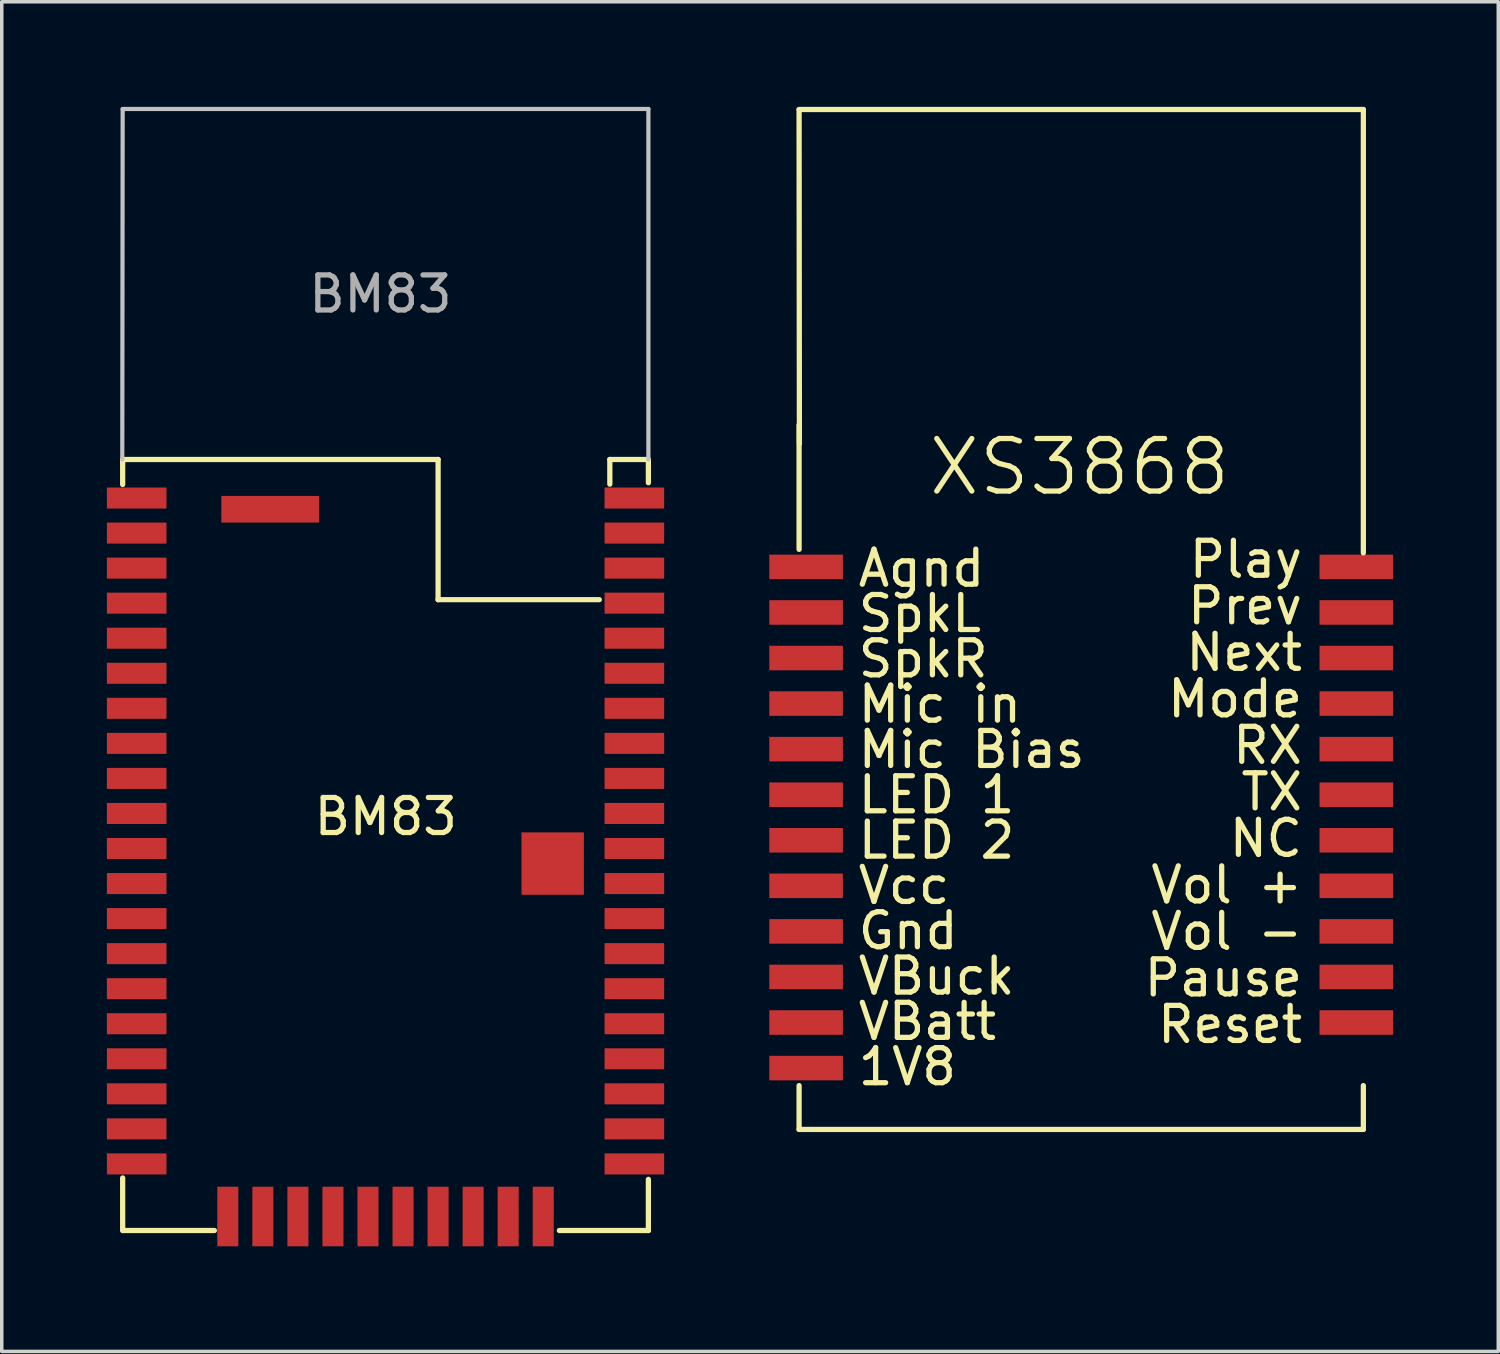
<source format=kicad_pcb>
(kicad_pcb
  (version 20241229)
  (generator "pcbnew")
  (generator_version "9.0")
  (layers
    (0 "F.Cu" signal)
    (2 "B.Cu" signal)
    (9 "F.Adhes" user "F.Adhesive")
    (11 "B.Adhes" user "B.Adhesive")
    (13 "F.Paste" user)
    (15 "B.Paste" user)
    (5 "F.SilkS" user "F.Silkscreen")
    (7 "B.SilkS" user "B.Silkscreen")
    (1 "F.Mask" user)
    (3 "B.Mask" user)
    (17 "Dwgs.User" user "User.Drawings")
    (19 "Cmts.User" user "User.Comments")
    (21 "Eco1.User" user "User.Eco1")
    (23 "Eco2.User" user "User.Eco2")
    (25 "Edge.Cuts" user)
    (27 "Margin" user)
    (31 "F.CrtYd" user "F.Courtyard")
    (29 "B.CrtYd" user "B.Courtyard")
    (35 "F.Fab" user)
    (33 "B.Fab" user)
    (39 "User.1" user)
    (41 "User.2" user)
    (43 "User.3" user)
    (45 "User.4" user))
  (footprint "BM83"
    (layer "F.Cu")
    (at 15.45 32.06)
    (property "Reference" "BM83" (at -7.493 -11.811 0) (unlocked yes) (layer "F.SilkS") (effects (font (size 1 1) (thickness 0.15))))
    (attr smd)
    (fp_line (start -15 -21.996) (end -15 -21.285) (stroke (width 0.15) (type solid)) (layer "F.SilkS"))
    (fp_line (start -15 -1.5) (end -15 0) (stroke (width 0.15) (type solid)) (layer "F.SilkS"))
    (fp_line (start -14.986 0) (end -12.383 0) (stroke (width 0.15) (type solid)) (layer "F.SilkS"))
    (fp_line (start -6 -22) (end -15 -22) (stroke (width 0.15) (type solid)) (layer "F.SilkS"))
    (fp_line (start -6 -22) (end -6 -18) (stroke (width 0.15) (type solid)) (layer "F.SilkS"))
    (fp_line (start -2.54 0) (end 0 0) (stroke (width 0.15) (type solid)) (layer "F.SilkS"))
    (fp_line (start -1.4 -18) (end -6 -18) (stroke (width 0.15) (type solid)) (layer "F.SilkS"))
    (fp_line (start -1.1 -22) (end -1.1 -21.296) (stroke (width 0.15) (type solid)) (layer "F.SilkS"))
    (fp_line (start 0 -22) (end -1.1 -22) (stroke (width 0.15) (type solid)) (layer "F.SilkS"))
    (fp_line (start 0 -21.971) (end 0 -21.336) (stroke (width 0.15) (type solid)) (layer "F.SilkS"))
    (fp_line (start 0 0) (end 0 -1.46) (stroke (width 0.15) (type solid)) (layer "F.SilkS"))
    (fp_line (start -15.011 -22) (end -15 -32) (stroke (width 0.12) (type solid)) (layer "Dwgs.User"))
    (fp_line (start 0 -32) (end -15 -32) (stroke (width 0.12) (type solid)) (layer "Dwgs.User"))
    (fp_line (start 0 -22) (end 0 -32) (stroke (width 0.12) (type solid)) (layer "Dwgs.User"))
    (fp_text user "${REFERENCE}" (at -7.645 -26.721 0) (unlocked yes) (layer "F.Fab") (effects (font (size 1 1) (thickness 0.15))))
    (pad "1" smd rect (at -14.6 -20.9 180) (size 1.7 0.6) (layers "F.Cu" "F.Mask" "F.Paste"))
    (pad "2" smd rect (at -14.6 -19.9 180) (size 1.7 0.6) (layers "F.Cu" "F.Mask" "F.Paste"))
    (pad "3" smd rect (at -14.6 -18.9 180) (size 1.7 0.6) (layers "F.Cu" "F.Mask" "F.Paste"))
    (pad "4" smd rect (at -14.6 -17.9 180) (size 1.7 0.6) (layers "F.Cu" "F.Mask" "F.Paste"))
    (pad "5" smd rect (at -14.6 -16.9 180) (size 1.7 0.6) (layers "F.Cu" "F.Mask" "F.Paste"))
    (pad "6" smd rect (at -14.6 -15.9 180) (size 1.7 0.6) (layers "F.Cu" "F.Mask" "F.Paste"))
    (pad "7" smd rect (at -14.6 -14.9 180) (size 1.7 0.6) (layers "F.Cu" "F.Mask" "F.Paste"))
    (pad "8" smd rect (at -14.6 -13.9 180) (size 1.7 0.6) (layers "F.Cu" "F.Mask" "F.Paste"))
    (pad "9" smd rect (at -14.6 -12.9 180) (size 1.7 0.6) (layers "F.Cu" "F.Mask" "F.Paste"))
    (pad "10" smd rect (at -14.6 -11.9 180) (size 1.7 0.6) (layers "F.Cu" "F.Mask" "F.Paste"))
    (pad "11" smd rect (at -14.6 -10.9 180) (size 1.7 0.6) (layers "F.Cu" "F.Mask" "F.Paste"))
    (pad "12" smd rect (at -14.6 -9.9 180) (size 1.7 0.6) (layers "F.Cu" "F.Mask" "F.Paste"))
    (pad "13" smd rect (at -14.6 -8.9 180) (size 1.7 0.6) (layers "F.Cu" "F.Mask" "F.Paste"))
    (pad "14" smd rect (at -14.6 -7.9 180) (size 1.7 0.6) (layers "F.Cu" "F.Mask" "F.Paste"))
    (pad "15" smd rect (at -14.6 -6.9 180) (size 1.7 0.6) (layers "F.Cu" "F.Mask" "F.Paste"))
    (pad "16" smd rect (at -14.6 -5.9 180) (size 1.7 0.6) (layers "F.Cu" "F.Mask" "F.Paste"))
    (pad "17" smd rect (at -14.6 -4.9 180) (size 1.7 0.6) (layers "F.Cu" "F.Mask" "F.Paste"))
    (pad "18" smd rect (at -14.6 -3.9 180) (size 1.7 0.6) (layers "F.Cu" "F.Mask" "F.Paste"))
    (pad "19" smd rect (at -14.6 -2.9 180) (size 1.7 0.6) (layers "F.Cu" "F.Mask" "F.Paste"))
    (pad "20" smd rect (at -14.6 -1.9 180) (size 1.7 0.6) (layers "F.Cu" "F.Mask" "F.Paste"))
    (pad "21" smd rect (at -12 -0.4 270) (size 1.7 0.6) (layers "F.Cu" "F.Mask" "F.Paste"))
    (pad "22" smd rect (at -11 -0.4 270) (size 1.7 0.6) (layers "F.Cu" "F.Mask" "F.Paste"))
    (pad "23" smd rect (at -10 -0.4 270) (size 1.7 0.6) (layers "F.Cu" "F.Mask" "F.Paste"))
    (pad "24" smd rect (at -9 -0.4 270) (size 1.7 0.6) (layers "F.Cu" "F.Mask" "F.Paste"))
    (pad "25" smd rect (at -8 -0.4 270) (size 1.7 0.6) (layers "F.Cu" "F.Mask" "F.Paste"))
    (pad "26" smd rect (at -7 -0.4 90) (size 1.7 0.6) (layers "F.Cu" "F.Mask" "F.Paste"))
    (pad "27" smd rect (at -6 -0.4 90) (size 1.7 0.6) (layers "F.Cu" "F.Mask" "F.Paste"))
    (pad "28" smd rect (at -5 -0.4 90) (size 1.7 0.6) (layers "F.Cu" "F.Mask" "F.Paste"))
    (pad "29" smd rect (at -4 -0.4 90) (size 1.7 0.6) (layers "F.Cu" "F.Mask" "F.Paste"))
    (pad "30" smd rect (at -3 -0.4 90) (size 1.7 0.6) (layers "F.Cu" "F.Mask" "F.Paste"))
    (pad "31" smd rect (at -0.4 -1.9 180) (size 1.7 0.6) (layers "F.Cu" "F.Mask" "F.Paste"))
    (pad "32" smd rect (at -0.4 -2.9 180) (size 1.7 0.6) (layers "F.Cu" "F.Mask" "F.Paste"))
    (pad "33" smd rect (at -0.4 -3.9 180) (size 1.7 0.6) (layers "F.Cu" "F.Mask" "F.Paste"))
    (pad "34" smd rect (at -0.4 -4.9 180) (size 1.7 0.6) (layers "F.Cu" "F.Mask" "F.Paste"))
    (pad "35" smd rect (at -0.4 -5.9 180) (size 1.7 0.6) (layers "F.Cu" "F.Mask" "F.Paste"))
    (pad "36" smd rect (at -0.4 -6.9 180) (size 1.7 0.6) (layers "F.Cu" "F.Mask" "F.Paste"))
    (pad "37" smd rect (at -0.4 -7.9 180) (size 1.7 0.6) (layers "F.Cu" "F.Mask" "F.Paste"))
    (pad "38" smd rect (at -0.4 -8.9 180) (size 1.7 0.6) (layers "F.Cu" "F.Mask" "F.Paste"))
    (pad "39" smd rect (at -0.4 -9.9 180) (size 1.7 0.6) (layers "F.Cu" "F.Mask" "F.Paste"))
    (pad "40" smd rect (at -0.4 -10.9 180) (size 1.7 0.6) (layers "F.Cu" "F.Mask" "F.Paste"))
    (pad "41" smd rect (at -0.4 -11.9 180) (size 1.7 0.6) (layers "F.Cu" "F.Mask" "F.Paste"))
    (pad "42" smd rect (at -0.4 -12.9 180) (size 1.7 0.6) (layers "F.Cu" "F.Mask" "F.Paste"))
    (pad "43" smd rect (at -0.4 -13.9 180) (size 1.7 0.6) (layers "F.Cu" "F.Mask" "F.Paste"))
    (pad "44" smd rect (at -0.4 -14.9 180) (size 1.7 0.6) (layers "F.Cu" "F.Mask" "F.Paste"))
    (pad "45" smd rect (at -0.4 -15.9 180) (size 1.7 0.6) (layers "F.Cu" "F.Mask" "F.Paste"))
    (pad "46" smd rect (at -0.4 -16.9 180) (size 1.7 0.6) (layers "F.Cu" "F.Mask" "F.Paste"))
    (pad "47" smd rect (at -0.4 -17.9 180) (size 1.7 0.6) (layers "F.Cu" "F.Mask" "F.Paste"))
    (pad "48" smd rect (at -0.4 -18.9 180) (size 1.7 0.6) (layers "F.Cu" "F.Mask" "F.Paste"))
    (pad "49" smd rect (at -0.4 -19.9 180) (size 1.7 0.6) (layers "F.Cu" "F.Mask" "F.Paste"))
    (pad "50" smd rect (at -0.4 -20.9 180) (size 1.7 0.6) (layers "F.Cu" "F.Mask" "F.Paste"))
    (pad "56" smd rect (at -2.73 -10.47 180) (size 1.78 1.78) (layers "F.Cu" "F.Mask" "F.Paste"))
    (pad "57" smd rect (at -10.79 -20.58 180) (size 2.79 0.76) (layers "F.Cu" "F.Mask" "F.Paste"))
    (zone (net_name "") (layer "F.Cu") (hatch edge 0.508) (connect_pads) (min_thickness 0.254) (filled_areas_thickness no) (keepout (tracks not_allowed) (vias not_allowed) (pads not_allowed) (copperpour allowed) (footprints allowed)) (placement (enabled no)) (fill) (polygon (pts (xy 14.053 13.907) (xy 9.583 13.907) (xy 9.583 9.97) (xy 14.053 9.97)))))
  (footprint "XS3868"
    (layer "F.Cu")
    (at 19.95 28.975)
    (property "Reference" "XS3868" (at 7.8 -18.7 0) (layer "F.SilkS") (effects (font (size 1.5 1.5) (thickness 0.15))))
    (attr through_hole)
    (fp_line (start -0.2 -28.9) (end -0.191 -19.367) (stroke (width 0.15) (type solid)) (layer "F.SilkS"))
    (fp_line (start -0.2 -19.9) (end -0.2 -16.35) (stroke (width 0.15) (type solid)) (layer "F.SilkS"))
    (fp_line (start -0.2 -1.05) (end -0.2 0.2) (stroke (width 0.15) (type solid)) (layer "F.SilkS"))
    (fp_line (start -0.2 0.2) (end 15.9 0.2) (stroke (width 0.15) (type solid)) (layer "F.SilkS"))
    (fp_line (start 15.9 -28.9) (end -0.2 -28.9) (stroke (width 0.15) (type solid)) (layer "F.SilkS"))
    (fp_line (start 15.9 -16.25) (end 15.9 -28.9) (stroke (width 0.15) (type solid)) (layer "F.SilkS"))
    (fp_line (start 15.9 0.2) (end 15.9 -1.05) (stroke (width 0.15) (type solid)) (layer "F.SilkS"))
    (fp_text user "VBatt" (at 3.461 -2.881 0) (layer "F.SilkS") (effects (font (size 1 1) (thickness 0.15))))
    (fp_text user "VBuck" (at 3.723 -4.174 0) (layer "F.SilkS") (effects (font (size 1 1) (thickness 0.15))))
    (fp_text user "TX" (at 13.287 -9.43 0) (layer "F.SilkS") (effects (font (size 1 1) (thickness 0.15))))
    (fp_text user "1V8" (at 2.889 -1.588 0) (layer "F.SilkS") (effects (font (size 1 1) (thickness 0.15))))
    (fp_text user "NC" (at 13.12 -8.103 0) (layer "F.SilkS") (effects (font (size 1 1) (thickness 0.15))))
    (fp_text user "Mic Bias" (at 4.723 -10.639 0) (layer "F.SilkS") (effects (font (size 1 1) (thickness 0.15))))
    (fp_text user "Vol -" (at 12.001 -5.448 0) (layer "F.SilkS") (effects (font (size 1 1) (thickness 0.15))))
    (fp_text user "Gnd" (at 2.913 -5.467 0) (layer "F.SilkS") (effects (font (size 1 1) (thickness 0.15))))
    (fp_text user "Next" (at 12.501 -13.411 0) (layer "F.SilkS") (effects (font (size 1 1) (thickness 0.15))))
    (fp_text user "SpkL" (at 3.247 -14.518 0) (layer "F.SilkS") (effects (font (size 1 1) (thickness 0.15))))
    (fp_text user "Agnd" (at 3.294 -15.812 0) (layer "F.SilkS") (effects (font (size 1 1) (thickness 0.15))))
    (fp_text user "Pause" (at 11.906 -4.121 0) (layer "F.SilkS") (effects (font (size 1 1) (thickness 0.15))))
    (fp_text user "LED 2" (at 3.723 -8.053 0) (layer "F.SilkS") (effects (font (size 1 1) (thickness 0.15))))
    (fp_text user "Mic in" (at 3.818 -11.932 0) (layer "F.SilkS") (effects (font (size 1 1) (thickness 0.15))))
    (fp_text user "Vcc" (at 2.794 -6.76 0) (layer "F.SilkS") (effects (font (size 1 1) (thickness 0.15))))
    (fp_text user "Mode" (at 12.24 -12.084 0) (layer "F.SilkS") (effects (font (size 1 1) (thickness 0.15))))
    (fp_text user "Play" (at 12.549 -16.066 0) (layer "F.SilkS") (effects (font (size 1 1) (thickness 0.15))))
    (fp_text user "Reset" (at 12.097 -2.794 0) (layer "F.SilkS") (effects (font (size 1 1) (thickness 0.15))))
    (fp_text user "Vol +" (at 12.001 -6.775 0) (layer "F.SilkS") (effects (font (size 1 1) (thickness 0.15))))
    (fp_text user "LED 1" (at 3.723 -9.346 0) (layer "F.SilkS") (effects (font (size 1 1) (thickness 0.15))))
    (fp_text user "Prev" (at 12.525 -14.738 0) (layer "F.SilkS") (effects (font (size 1 1) (thickness 0.15))))
    (fp_text user "SpkR" (at 3.342 -13.225 0) (layer "F.SilkS") (effects (font (size 1 1) (thickness 0.15))))
    (fp_text user "RX" (at 13.168 -10.757 0) (layer "F.SilkS") (effects (font (size 1 1) (thickness 0.15))))
    (pad "1" smd rect (at 0 -15.85) (size 2.1 0.7) (layers "F.Cu" "F.Mask" "F.Paste"))
    (pad "2" smd rect (at 0 -14.55) (size 2.1 0.7) (layers "F.Cu" "F.Mask" "F.Paste"))
    (pad "3" smd rect (at 0 -13.25) (size 2.1 0.7) (layers "F.Cu" "F.Mask" "F.Paste"))
    (pad "4" smd rect (at 0 -11.95) (size 2.1 0.7) (layers "F.Cu" "F.Mask" "F.Paste"))
    (pad "5" smd rect (at 0 -10.65) (size 2.1 0.7) (layers "F.Cu" "F.Mask" "F.Paste"))
    (pad "6" smd rect (at 0 -9.35) (size 2.1 0.7) (layers "F.Cu" "F.Mask" "F.Paste"))
    (pad "7" smd rect (at 0 -8.05) (size 2.1 0.7) (layers "F.Cu" "F.Mask" "F.Paste"))
    (pad "8" smd rect (at 0 -6.75) (size 2.1 0.7) (layers "F.Cu" "F.Mask" "F.Paste"))
    (pad "9" smd rect (at 0 -5.45) (size 2.1 0.7) (layers "F.Cu" "F.Mask" "F.Paste"))
    (pad "10" smd rect (at 0 -4.15) (size 2.1 0.7) (layers "F.Cu" "F.Mask" "F.Paste"))
    (pad "11" smd rect (at 0 -2.85) (size 2.1 0.7) (layers "F.Cu" "F.Mask" "F.Paste"))
    (pad "12" smd rect (at 0 -1.55) (size 2.1 0.7) (layers "F.Cu" "F.Mask" "F.Paste"))
    (pad "13" smd rect (at 15.7 -2.85) (size 2.1 0.7) (layers "F.Cu" "F.Mask" "F.Paste"))
    (pad "14" smd rect (at 15.7 -4.15) (size 2.1 0.7) (layers "F.Cu" "F.Mask" "F.Paste"))
    (pad "15" smd rect (at 15.7 -5.45) (size 2.1 0.7) (layers "F.Cu" "F.Mask" "F.Paste"))
    (pad "16" smd rect (at 15.7 -6.75) (size 2.1 0.7) (layers "F.Cu" "F.Mask" "F.Paste"))
    (pad "17" smd rect (at 15.7 -8.05) (size 2.1 0.7) (layers "F.Cu" "F.Mask" "F.Paste"))
    (pad "18" smd rect (at 15.7 -9.35) (size 2.1 0.7) (layers "F.Cu" "F.Mask" "F.Paste"))
    (pad "19" smd rect (at 15.7 -10.65) (size 2.1 0.7) (layers "F.Cu" "F.Mask" "F.Paste"))
    (pad "20" smd rect (at 15.7 -11.95) (size 2.1 0.7) (layers "F.Cu" "F.Mask" "F.Paste"))
    (pad "21" smd rect (at 15.7 -13.25) (size 2.1 0.7) (layers "F.Cu" "F.Mask" "F.Paste"))
    (pad "22" smd rect (at 15.7 -14.55) (size 2.1 0.7) (layers "F.Cu" "F.Mask" "F.Paste"))
    (pad "23" smd rect (at 15.7 -15.85) (size 2.1 0.7) (layers "F.Cu" "F.Mask" "F.Paste")))
  (gr_rect
    (start -3 -3)
    (end 39.7 35.51)
    (stroke (width 0.1) (type default))
    (fill no)
    (layer "Edge.Cuts")))
</source>
